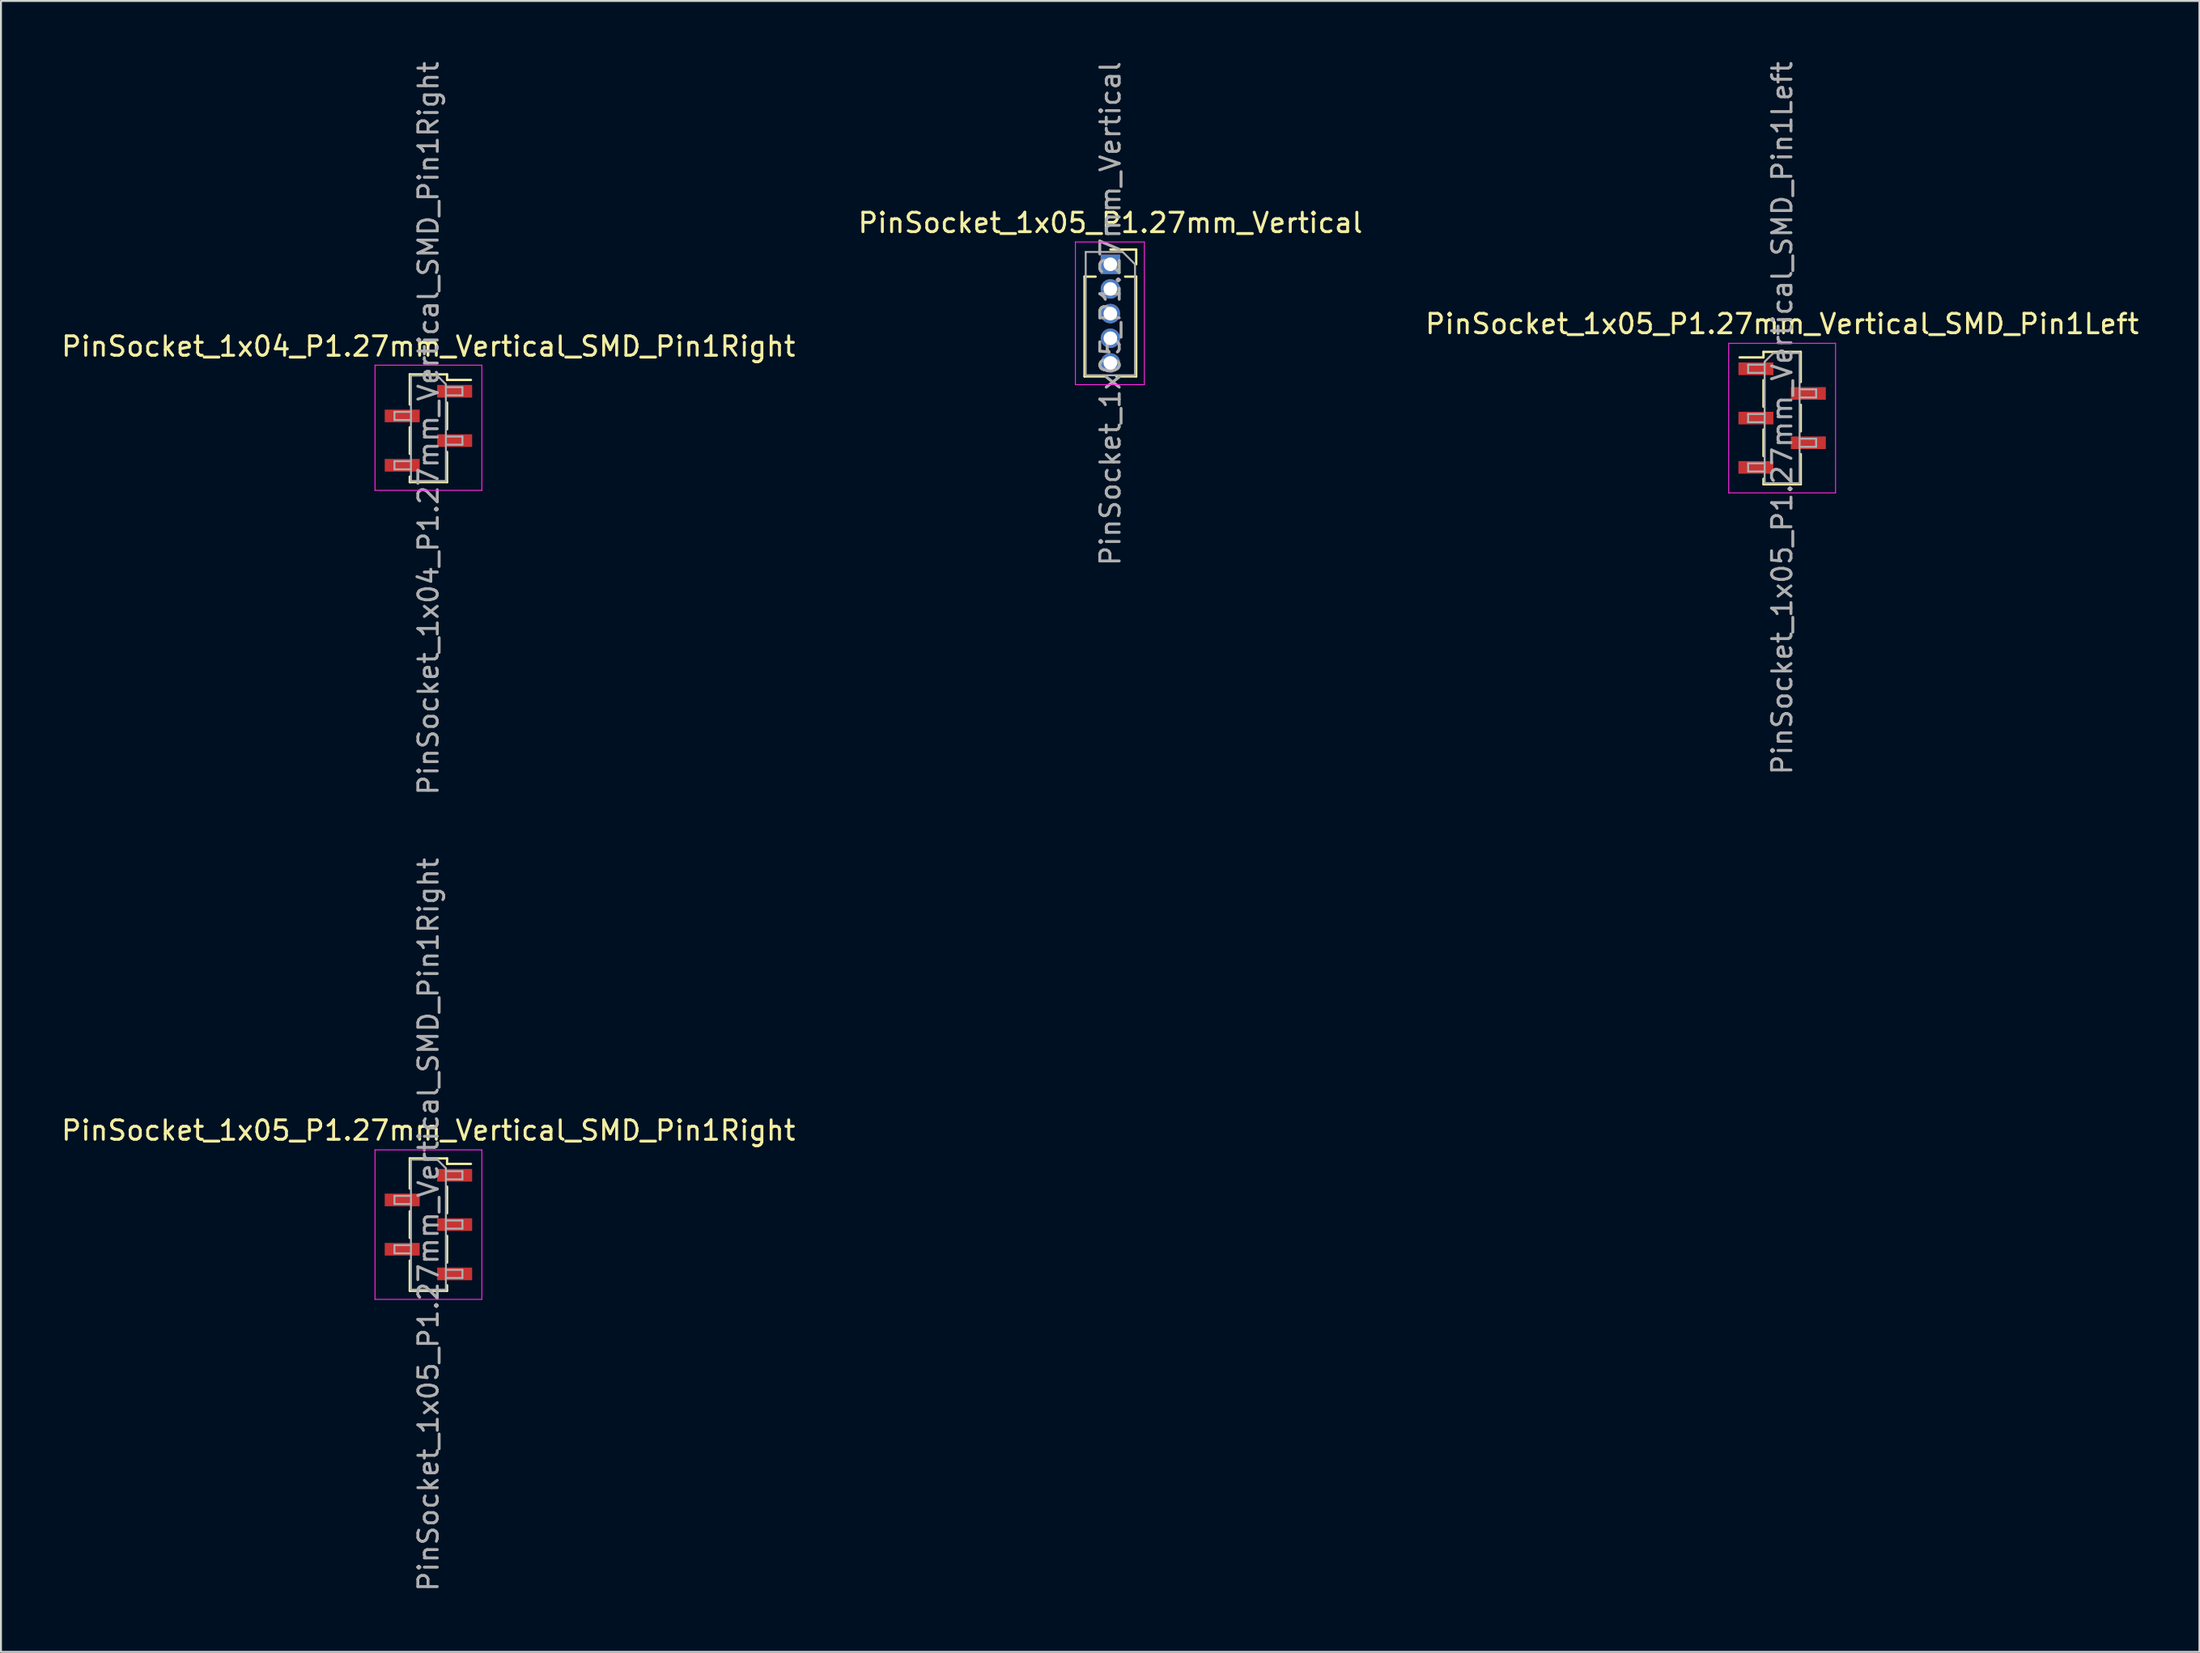
<source format=kicad_pcb>
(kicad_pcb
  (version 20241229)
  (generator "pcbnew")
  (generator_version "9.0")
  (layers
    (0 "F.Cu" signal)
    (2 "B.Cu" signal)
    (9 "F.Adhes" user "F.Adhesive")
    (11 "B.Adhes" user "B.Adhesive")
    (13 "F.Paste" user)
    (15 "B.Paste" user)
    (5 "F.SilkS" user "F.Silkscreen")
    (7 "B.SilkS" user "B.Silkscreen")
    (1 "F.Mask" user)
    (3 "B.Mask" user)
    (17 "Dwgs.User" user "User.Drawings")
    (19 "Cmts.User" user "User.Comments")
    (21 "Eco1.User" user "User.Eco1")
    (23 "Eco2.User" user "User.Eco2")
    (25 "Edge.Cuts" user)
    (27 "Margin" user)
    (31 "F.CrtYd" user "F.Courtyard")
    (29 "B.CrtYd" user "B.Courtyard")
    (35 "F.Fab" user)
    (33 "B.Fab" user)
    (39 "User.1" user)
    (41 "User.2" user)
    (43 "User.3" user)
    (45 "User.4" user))
  (footprint "PinSocket_1x05_P1.27mm_Vertical_SMD_Pin1Right"
    (layer "F.Cu")
    (at 19.006 60.018)
    (property "Reference" "PinSocket_1x05_P1.27mm_Vertical_SMD_Pin1Right" (at 0 -4.85 0) (layer "F.SilkS") (effects (font (size 1 1) (thickness 0.15))))
    (attr smd)
    (fp_line (start -0.96 -3.41) (end -0.96 -1.855) (stroke (width 0.12) (type solid)) (layer "F.SilkS"))
    (fp_line (start -0.96 -3.41) (end 0.96 -3.41) (stroke (width 0.12) (type solid)) (layer "F.SilkS"))
    (fp_line (start -0.96 -0.685) (end -0.96 0.685) (stroke (width 0.12) (type solid)) (layer "F.SilkS"))
    (fp_line (start -0.96 1.855) (end -0.96 3.41) (stroke (width 0.12) (type solid)) (layer "F.SilkS"))
    (fp_line (start -0.96 3.41) (end 0.96 3.41) (stroke (width 0.12) (type solid)) (layer "F.SilkS"))
    (fp_line (start 0.96 -3.41) (end 0.96 -3.125) (stroke (width 0.12) (type solid)) (layer "F.SilkS"))
    (fp_line (start 0.96 -3.125) (end 2.19 -3.125) (stroke (width 0.12) (type solid)) (layer "F.SilkS"))
    (fp_line (start 0.96 -1.955) (end 0.96 -0.585) (stroke (width 0.12) (type solid)) (layer "F.SilkS"))
    (fp_line (start 0.96 0.585) (end 0.96 1.955) (stroke (width 0.12) (type solid)) (layer "F.SilkS"))
    (fp_line (start 0.96 3.125) (end 0.96 3.41) (stroke (width 0.12) (type solid)) (layer "F.SilkS"))
    (fp_line (start -2.75 -3.85) (end 2.75 -3.85) (stroke (width 0.05) (type solid)) (layer "F.CrtYd"))
    (fp_line (start -2.75 3.85) (end -2.75 -3.85) (stroke (width 0.05) (type solid)) (layer "F.CrtYd"))
    (fp_line (start 2.75 -3.85) (end 2.75 3.85) (stroke (width 0.05) (type solid)) (layer "F.CrtYd"))
    (fp_line (start 2.75 3.85) (end -2.75 3.85) (stroke (width 0.05) (type solid)) (layer "F.CrtYd"))
    (fp_line (start -1.75 -1.48) (end -0.9 -1.48) (stroke (width 0.1) (type solid)) (layer "F.Fab"))
    (fp_line (start -1.75 -1.06) (end -1.75 -1.48) (stroke (width 0.1) (type solid)) (layer "F.Fab"))
    (fp_line (start -1.75 1.06) (end -0.9 1.06) (stroke (width 0.1) (type solid)) (layer "F.Fab"))
    (fp_line (start -1.75 1.48) (end -1.75 1.06) (stroke (width 0.1) (type solid)) (layer "F.Fab"))
    (fp_line (start -0.9 -3.35) (end 0.45 -3.35) (stroke (width 0.1) (type solid)) (layer "F.Fab"))
    (fp_line (start -0.9 -1.06) (end -1.75 -1.06) (stroke (width 0.1) (type solid)) (layer "F.Fab"))
    (fp_line (start -0.9 1.48) (end -1.75 1.48) (stroke (width 0.1) (type solid)) (layer "F.Fab"))
    (fp_line (start -0.9 3.35) (end -0.9 -3.35) (stroke (width 0.1) (type solid)) (layer "F.Fab"))
    (fp_line (start 0.45 -3.35) (end 0.9 -2.9) (stroke (width 0.1) (type solid)) (layer "F.Fab"))
    (fp_line (start 0.9 -2.9) (end 0.9 3.35) (stroke (width 0.1) (type solid)) (layer "F.Fab"))
    (fp_line (start 0.9 -2.75) (end 1.75 -2.75) (stroke (width 0.1) (type solid)) (layer "F.Fab"))
    (fp_line (start 0.9 -0.21) (end 1.75 -0.21) (stroke (width 0.1) (type solid)) (layer "F.Fab"))
    (fp_line (start 0.9 2.33) (end 1.75 2.33) (stroke (width 0.1) (type solid)) (layer "F.Fab"))
    (fp_line (start 0.9 3.35) (end -0.9 3.35) (stroke (width 0.1) (type solid)) (layer "F.Fab"))
    (fp_line (start 1.75 -2.75) (end 1.75 -2.33) (stroke (width 0.1) (type solid)) (layer "F.Fab"))
    (fp_line (start 1.75 -2.33) (end 0.9 -2.33) (stroke (width 0.1) (type solid)) (layer "F.Fab"))
    (fp_line (start 1.75 -0.21) (end 1.75 0.21) (stroke (width 0.1) (type solid)) (layer "F.Fab"))
    (fp_line (start 1.75 0.21) (end 0.9 0.21) (stroke (width 0.1) (type solid)) (layer "F.Fab"))
    (fp_line (start 1.75 2.33) (end 1.75 2.75) (stroke (width 0.1) (type solid)) (layer "F.Fab"))
    (fp_line (start 1.75 2.75) (end 0.9 2.75) (stroke (width 0.1) (type solid)) (layer "F.Fab"))
    (fp_text user "${REFERENCE}" (at 0 0 90) (layer "F.Fab") (effects (font (size 1 1) (thickness 0.15))))
    (pad "1" smd rect (at 1.35 -2.54) (size 1.8 0.65) (layers "F.Cu" "F.Mask" "F.Paste"))
    (pad "2" smd rect (at -1.35 -1.27) (size 1.8 0.65) (layers "F.Cu" "F.Mask" "F.Paste"))
    (pad "3" smd rect (at 1.35 0) (size 1.8 0.65) (layers "F.Cu" "F.Mask" "F.Paste"))
    (pad "4" smd rect (at -1.35 1.27) (size 1.8 0.65) (layers "F.Cu" "F.Mask" "F.Paste"))
    (pad "5" smd rect (at 1.35 2.54) (size 1.8 0.65) (layers "F.Cu" "F.Mask" "F.Paste")))
  (footprint "PinSocket_1x05_P1.27mm_Vertical_SMD_Pin1Left"
    (layer "F.Cu")
    (at 88.696 18.482)
    (property "Reference" "PinSocket_1x05_P1.27mm_Vertical_SMD_Pin1Left" (at 0 -4.85 0) (layer "F.SilkS") (effects (font (size 1 1) (thickness 0.15))))
    (attr smd)
    (fp_line (start -2.19 -3.125) (end -0.96 -3.125) (stroke (width 0.12) (type solid)) (layer "F.SilkS"))
    (fp_line (start -0.96 -3.41) (end -0.96 -3.125) (stroke (width 0.12) (type solid)) (layer "F.SilkS"))
    (fp_line (start -0.96 -3.41) (end 0.96 -3.41) (stroke (width 0.12) (type solid)) (layer "F.SilkS"))
    (fp_line (start -0.96 -1.955) (end -0.96 -0.585) (stroke (width 0.12) (type solid)) (layer "F.SilkS"))
    (fp_line (start -0.96 0.585) (end -0.96 1.955) (stroke (width 0.12) (type solid)) (layer "F.SilkS"))
    (fp_line (start -0.96 3.125) (end -0.96 3.41) (stroke (width 0.12) (type solid)) (layer "F.SilkS"))
    (fp_line (start -0.96 3.41) (end 0.96 3.41) (stroke (width 0.12) (type solid)) (layer "F.SilkS"))
    (fp_line (start 0.96 -3.41) (end 0.96 -1.855) (stroke (width 0.12) (type solid)) (layer "F.SilkS"))
    (fp_line (start 0.96 -0.685) (end 0.96 0.685) (stroke (width 0.12) (type solid)) (layer "F.SilkS"))
    (fp_line (start 0.96 1.855) (end 0.96 3.41) (stroke (width 0.12) (type solid)) (layer "F.SilkS"))
    (fp_line (start -2.75 -3.85) (end 2.75 -3.85) (stroke (width 0.05) (type solid)) (layer "F.CrtYd"))
    (fp_line (start -2.75 3.85) (end -2.75 -3.85) (stroke (width 0.05) (type solid)) (layer "F.CrtYd"))
    (fp_line (start 2.75 -3.85) (end 2.75 3.85) (stroke (width 0.05) (type solid)) (layer "F.CrtYd"))
    (fp_line (start 2.75 3.85) (end -2.75 3.85) (stroke (width 0.05) (type solid)) (layer "F.CrtYd"))
    (fp_line (start -1.75 -2.75) (end -0.9 -2.75) (stroke (width 0.1) (type solid)) (layer "F.Fab"))
    (fp_line (start -1.75 -2.33) (end -1.75 -2.75) (stroke (width 0.1) (type solid)) (layer "F.Fab"))
    (fp_line (start -1.75 -0.21) (end -0.9 -0.21) (stroke (width 0.1) (type solid)) (layer "F.Fab"))
    (fp_line (start -1.75 0.21) (end -1.75 -0.21) (stroke (width 0.1) (type solid)) (layer "F.Fab"))
    (fp_line (start -1.75 2.33) (end -0.9 2.33) (stroke (width 0.1) (type solid)) (layer "F.Fab"))
    (fp_line (start -1.75 2.75) (end -1.75 2.33) (stroke (width 0.1) (type solid)) (layer "F.Fab"))
    (fp_line (start -0.9 -2.9) (end -0.45 -3.35) (stroke (width 0.1) (type solid)) (layer "F.Fab"))
    (fp_line (start -0.9 -2.33) (end -1.75 -2.33) (stroke (width 0.1) (type solid)) (layer "F.Fab"))
    (fp_line (start -0.9 0.21) (end -1.75 0.21) (stroke (width 0.1) (type solid)) (layer "F.Fab"))
    (fp_line (start -0.9 2.75) (end -1.75 2.75) (stroke (width 0.1) (type solid)) (layer "F.Fab"))
    (fp_line (start -0.9 3.35) (end -0.9 -2.9) (stroke (width 0.1) (type solid)) (layer "F.Fab"))
    (fp_line (start -0.45 -3.35) (end 0.9 -3.35) (stroke (width 0.1) (type solid)) (layer "F.Fab"))
    (fp_line (start 0.9 -3.35) (end 0.9 3.35) (stroke (width 0.1) (type solid)) (layer "F.Fab"))
    (fp_line (start 0.9 -1.48) (end 1.75 -1.48) (stroke (width 0.1) (type solid)) (layer "F.Fab"))
    (fp_line (start 0.9 1.06) (end 1.75 1.06) (stroke (width 0.1) (type solid)) (layer "F.Fab"))
    (fp_line (start 0.9 3.35) (end -0.9 3.35) (stroke (width 0.1) (type solid)) (layer "F.Fab"))
    (fp_line (start 1.75 -1.48) (end 1.75 -1.06) (stroke (width 0.1) (type solid)) (layer "F.Fab"))
    (fp_line (start 1.75 -1.06) (end 0.9 -1.06) (stroke (width 0.1) (type solid)) (layer "F.Fab"))
    (fp_line (start 1.75 1.06) (end 1.75 1.48) (stroke (width 0.1) (type solid)) (layer "F.Fab"))
    (fp_line (start 1.75 1.48) (end 0.9 1.48) (stroke (width 0.1) (type solid)) (layer "F.Fab"))
    (fp_text user "${REFERENCE}" (at 0 0 90) (layer "F.Fab") (effects (font (size 1 1) (thickness 0.15))))
    (pad "1" smd rect (at -1.35 -2.54) (size 1.8 0.65) (layers "F.Cu" "F.Mask" "F.Paste"))
    (pad "2" smd rect (at 1.35 -1.27) (size 1.8 0.65) (layers "F.Cu" "F.Mask" "F.Paste"))
    (pad "3" smd rect (at -1.35 0) (size 1.8 0.65) (layers "F.Cu" "F.Mask" "F.Paste"))
    (pad "4" smd rect (at 1.35 1.27) (size 1.8 0.65) (layers "F.Cu" "F.Mask" "F.Paste"))
    (pad "5" smd rect (at -1.35 2.54) (size 1.8 0.65) (layers "F.Cu" "F.Mask" "F.Paste")))
  (footprint "PinSocket_1x04_P1.27mm_Vertical_SMD_Pin1Right"
    (layer "F.Cu")
    (at 19.006 19.006)
    (property "Reference" "PinSocket_1x04_P1.27mm_Vertical_SMD_Pin1Right" (at 0 -4.215 0) (layer "F.SilkS") (effects (font (size 1 1) (thickness 0.15))))
    (attr smd)
    (fp_line (start -0.96 -2.775) (end -0.96 -1.22) (stroke (width 0.12) (type solid)) (layer "F.SilkS"))
    (fp_line (start -0.96 -2.775) (end 0.96 -2.775) (stroke (width 0.12) (type solid)) (layer "F.SilkS"))
    (fp_line (start -0.96 -0.05) (end -0.96 1.32) (stroke (width 0.12) (type solid)) (layer "F.SilkS"))
    (fp_line (start -0.96 2.49) (end -0.96 2.775) (stroke (width 0.12) (type solid)) (layer "F.SilkS"))
    (fp_line (start -0.96 2.775) (end 0.96 2.775) (stroke (width 0.12) (type solid)) (layer "F.SilkS"))
    (fp_line (start 0.96 -2.775) (end 0.96 -2.49) (stroke (width 0.12) (type solid)) (layer "F.SilkS"))
    (fp_line (start 0.96 -2.49) (end 2.19 -2.49) (stroke (width 0.12) (type solid)) (layer "F.SilkS"))
    (fp_line (start 0.96 -1.32) (end 0.96 0.05) (stroke (width 0.12) (type solid)) (layer "F.SilkS"))
    (fp_line (start 0.96 1.22) (end 0.96 2.775) (stroke (width 0.12) (type solid)) (layer "F.SilkS"))
    (fp_line (start -2.75 -3.25) (end 2.75 -3.25) (stroke (width 0.05) (type solid)) (layer "F.CrtYd"))
    (fp_line (start -2.75 3.2) (end -2.75 -3.25) (stroke (width 0.05) (type solid)) (layer "F.CrtYd"))
    (fp_line (start 2.75 -3.25) (end 2.75 3.2) (stroke (width 0.05) (type solid)) (layer "F.CrtYd"))
    (fp_line (start 2.75 3.2) (end -2.75 3.2) (stroke (width 0.05) (type solid)) (layer "F.CrtYd"))
    (fp_line (start -1.75 -0.845) (end -0.9 -0.845) (stroke (width 0.1) (type solid)) (layer "F.Fab"))
    (fp_line (start -1.75 -0.425) (end -1.75 -0.845) (stroke (width 0.1) (type solid)) (layer "F.Fab"))
    (fp_line (start -1.75 1.695) (end -0.9 1.695) (stroke (width 0.1) (type solid)) (layer "F.Fab"))
    (fp_line (start -1.75 2.115) (end -1.75 1.695) (stroke (width 0.1) (type solid)) (layer "F.Fab"))
    (fp_line (start -0.9 -2.715) (end 0.45 -2.715) (stroke (width 0.1) (type solid)) (layer "F.Fab"))
    (fp_line (start -0.9 -0.425) (end -1.75 -0.425) (stroke (width 0.1) (type solid)) (layer "F.Fab"))
    (fp_line (start -0.9 2.115) (end -1.75 2.115) (stroke (width 0.1) (type solid)) (layer "F.Fab"))
    (fp_line (start -0.9 2.715) (end -0.9 -2.715) (stroke (width 0.1) (type solid)) (layer "F.Fab"))
    (fp_line (start 0.45 -2.715) (end 0.9 -2.265) (stroke (width 0.1) (type solid)) (layer "F.Fab"))
    (fp_line (start 0.9 -2.265) (end 0.9 2.715) (stroke (width 0.1) (type solid)) (layer "F.Fab"))
    (fp_line (start 0.9 -2.115) (end 1.75 -2.115) (stroke (width 0.1) (type solid)) (layer "F.Fab"))
    (fp_line (start 0.9 0.425) (end 1.75 0.425) (stroke (width 0.1) (type solid)) (layer "F.Fab"))
    (fp_line (start 0.9 2.715) (end -0.9 2.715) (stroke (width 0.1) (type solid)) (layer "F.Fab"))
    (fp_line (start 1.75 -2.115) (end 1.75 -1.695) (stroke (width 0.1) (type solid)) (layer "F.Fab"))
    (fp_line (start 1.75 -1.695) (end 0.9 -1.695) (stroke (width 0.1) (type solid)) (layer "F.Fab"))
    (fp_line (start 1.75 0.425) (end 1.75 0.845) (stroke (width 0.1) (type solid)) (layer "F.Fab"))
    (fp_line (start 1.75 0.845) (end 0.9 0.845) (stroke (width 0.1) (type solid)) (layer "F.Fab"))
    (fp_text user "${REFERENCE}" (at 0 0 90) (layer "F.Fab") (effects (font (size 1 1) (thickness 0.15))))
    (pad "1" smd rect (at 1.35 -1.905) (size 1.8 0.65) (layers "F.Cu" "F.Mask" "F.Paste"))
    (pad "2" smd rect (at -1.35 -0.635) (size 1.8 0.65) (layers "F.Cu" "F.Mask" "F.Paste"))
    (pad "3" smd rect (at 1.35 0.635) (size 1.8 0.65) (layers "F.Cu" "F.Mask" "F.Paste"))
    (pad "4" smd rect (at -1.35 1.905) (size 1.8 0.65) (layers "F.Cu" "F.Mask" "F.Paste")))
  (footprint "PinSocket_1x05_P1.27mm_Vertical"
    (layer "F.Cu")
    (at 54.113 10.561)
    (property "Reference" "PinSocket_1x05_P1.27mm_Vertical" (at 0 -2.135 0) (layer "F.SilkS") (effects (font (size 1 1) (thickness 0.15))))
    (attr through_hole)
    (fp_line (start -1.33 0.635) (end -1.33 5.775) (stroke (width 0.12) (type solid)) (layer "F.SilkS"))
    (fp_line (start -1.33 0.635) (end -0.76 0.635) (stroke (width 0.12) (type solid)) (layer "F.SilkS"))
    (fp_line (start -1.33 5.775) (end -0.308 5.775) (stroke (width 0.12) (type solid)) (layer "F.SilkS"))
    (fp_line (start 0 -0.76) (end 1.33 -0.76) (stroke (width 0.12) (type solid)) (layer "F.SilkS"))
    (fp_line (start 0.308 5.775) (end 1.33 5.775) (stroke (width 0.12) (type solid)) (layer "F.SilkS"))
    (fp_line (start 0.76 0.635) (end 1.33 0.635) (stroke (width 0.12) (type solid)) (layer "F.SilkS"))
    (fp_line (start 1.33 -0.76) (end 1.33 0) (stroke (width 0.12) (type solid)) (layer "F.SilkS"))
    (fp_line (start 1.33 0.635) (end 1.33 5.775) (stroke (width 0.12) (type solid)) (layer "F.SilkS"))
    (fp_line (start -1.8 -1.15) (end 1.75 -1.15) (stroke (width 0.05) (type solid)) (layer "F.CrtYd"))
    (fp_line (start -1.8 6.2) (end -1.8 -1.15) (stroke (width 0.05) (type solid)) (layer "F.CrtYd"))
    (fp_line (start 1.75 -1.15) (end 1.75 6.2) (stroke (width 0.05) (type solid)) (layer "F.CrtYd"))
    (fp_line (start 1.75 6.2) (end -1.8 6.2) (stroke (width 0.05) (type solid)) (layer "F.CrtYd"))
    (fp_line (start -1.27 -0.635) (end 0.635 -0.635) (stroke (width 0.1) (type solid)) (layer "F.Fab"))
    (fp_line (start -1.27 5.715) (end -1.27 -0.635) (stroke (width 0.1) (type solid)) (layer "F.Fab"))
    (fp_line (start 0.635 -0.635) (end 1.27 0) (stroke (width 0.1) (type solid)) (layer "F.Fab"))
    (fp_line (start 1.27 0) (end 1.27 5.715) (stroke (width 0.1) (type solid)) (layer "F.Fab"))
    (fp_line (start 1.27 5.715) (end -1.27 5.715) (stroke (width 0.1) (type solid)) (layer "F.Fab"))
    (fp_text user "${REFERENCE}" (at 0 2.54 90) (layer "F.Fab") (effects (font (size 1 1) (thickness 0.15))))
    (pad "1" thru_hole rect (at 0 0) (size 1 1) (drill 0.7) (layers "*.Cu" "*.Mask"))
    (pad "2" thru_hole oval (at 0 1.27) (size 1 1) (drill 0.7) (layers "*.Cu" "*.Mask"))
    (pad "3" thru_hole oval (at 0 2.54) (size 1 1) (drill 0.7) (layers "*.Cu" "*.Mask"))
    (pad "4" thru_hole oval (at 0 3.81) (size 1 1) (drill 0.7) (layers "*.Cu" "*.Mask"))
    (pad "5" thru_hole oval (at 0 5.08) (size 1 1) (drill 0.7) (layers "*.Cu" "*.Mask")))
  (gr_rect
    (start -3 -3)
    (end 110.179 82.024)
    (stroke (width 0.1) (type default))
    (fill no)
    (layer "Edge.Cuts")))
</source>
